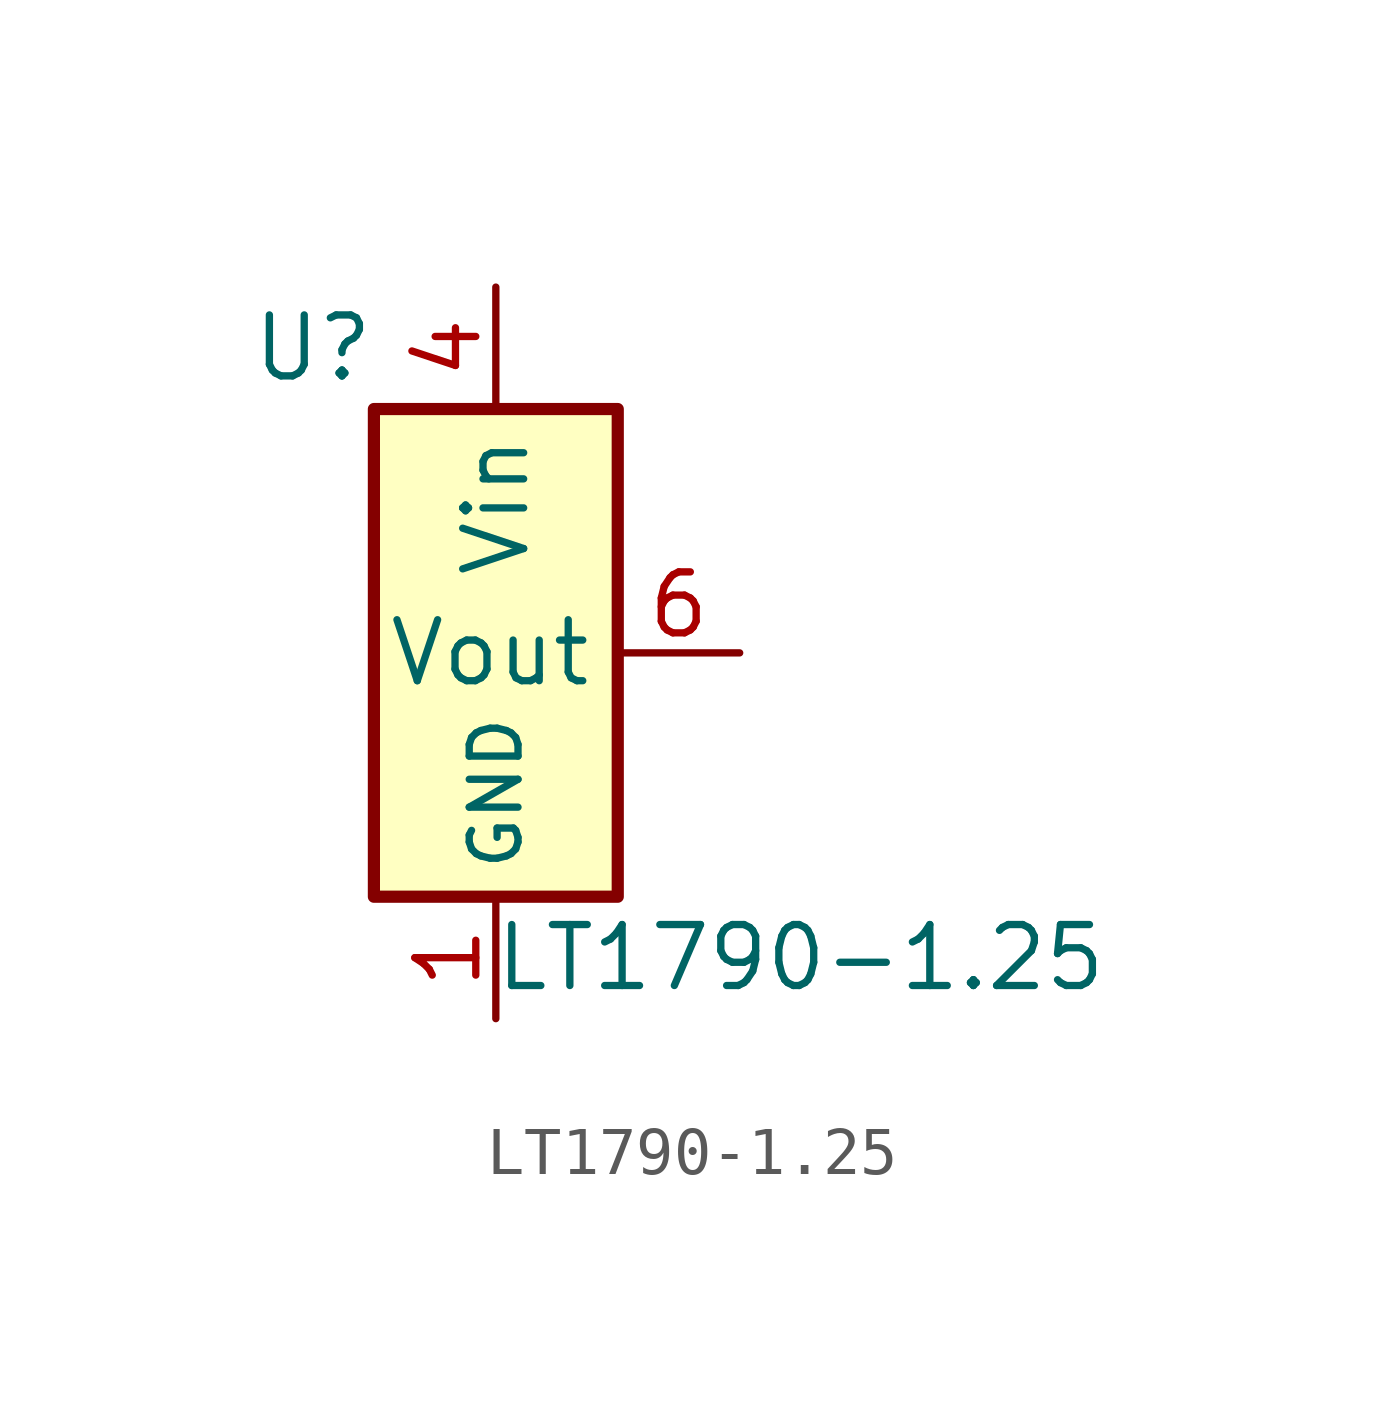
<source format=kicad_sym>
(kicad_symbol_lib
  (version 20241209)
  (generator "kicad_symbol_editor")
  (generator_version "9.0")
  (symbol "LT1790-1.25"
    (property "Reference" "U"
      (at -3.81 6.35 0)
      (effects (font (size 1.27 1.27))))
    (property "Value" "LT1790-1.25"
      (at 6.35 -6.35 0)
      (effects (font (size 1.27 1.27))))
    (symbol "LT1790-1.25_0_1"
      (rectangle (start 2.54 5.08) (end -2.54 -5.08) (stroke (width 0.254) (type default)) (fill (type background))))
    (symbol "LT1790-1.25_1_1"
      (pin no_connect line (at -2.54 2.54 0) (length 2.54) (hide yes) (name "NC" (effects (font (size 1.27 1.27)))) (number "3" (effects (font (size 1.27 1.27)))))
      (pin no_connect line (at -2.54 -2.54 0) (length 2.54) (hide yes) (name "NC" (effects (font (size 1.27 1.27)))) (number "5" (effects (font (size 1.27 1.27)))))
      (pin power_in line (at 0 7.62 270) (length 2.54) (name "Vin" (effects (font (size 1.27 1.27)))) (number "4" (effects (font (size 1.27 1.27)))))
      (pin power_in line (at 0 -7.62 90) (length 2.54) (name "GND" (effects (font (size 1.016 1.016)))) (number "1" (effects (font (size 1.27 1.27)))))
      (pin passive line (at 0 -7.62 90) (length 2.54) (hide yes) (name "GND" (effects (font (size 1.016 1.016)))) (number "2" (effects (font (size 1.27 1.27)))))
      (pin output line (at 5.08 0 180) (length 2.54) (name "Vout" (effects (font (size 1.27 1.27)))) (number "6" (effects (font (size 1.27 1.27))))))))
</source>
